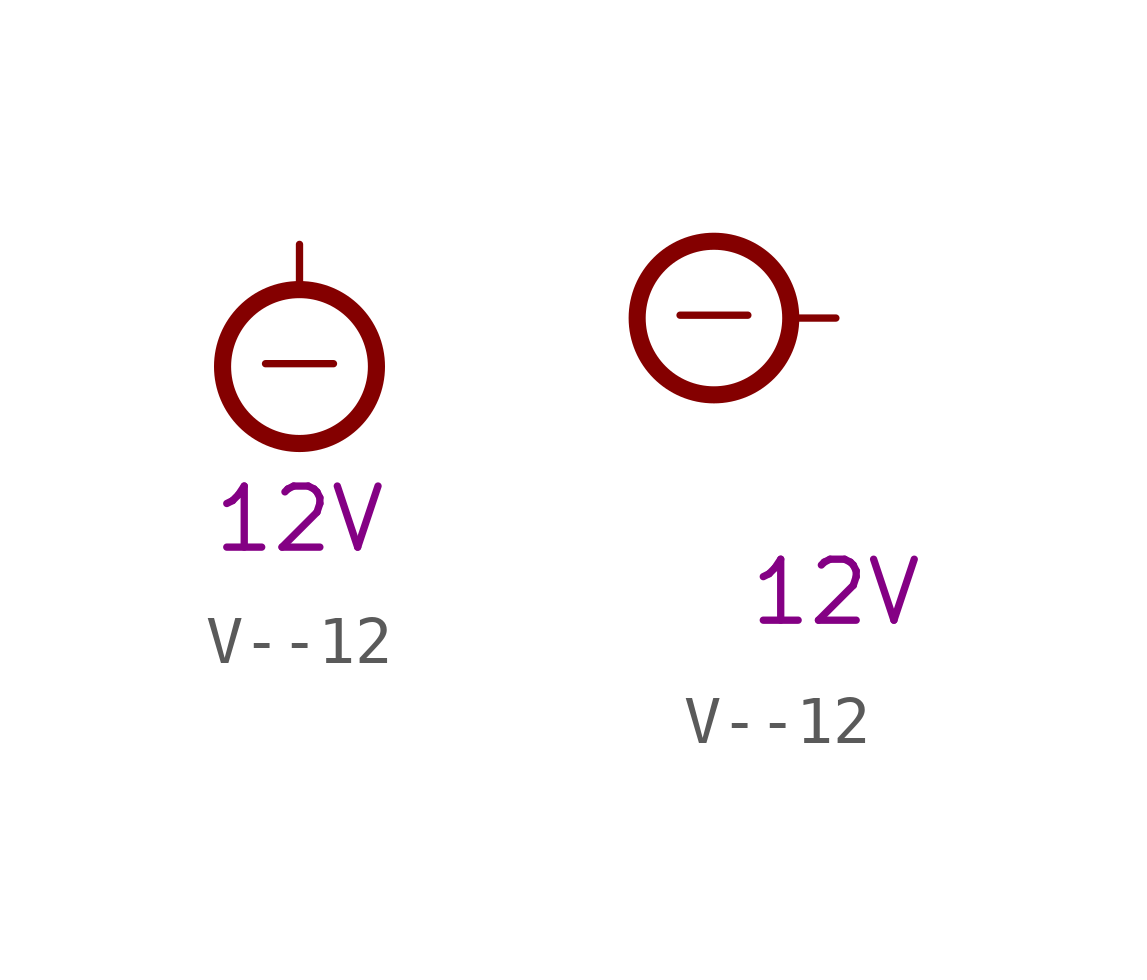
<source format=kicad_sym>
(kicad_symbol_lib
  (version 20211014)
  (generator kicad_symbol_editor)
  (symbol "V--12"
    (power)
    (pin_numbers hide)
    (pin_names
      (offset 1.27) hide)
    (property "Reference" "#PWR"
      (at 5.08 0 0)
      (effects (font (size 1.27 1.27)) (justify left) hide))
    (property "Voltage" "12V"
      (at 0 -5.715 0)
      (effects (font (size 1.27 1.27))))
    (symbol "V--12_1_0"
      (pin power_in line (at 0 0 0) (length 0) hide (name "-12" (effects (font (size 1.27 1.27)))) (number "0" (effects (font (size 0 0))))))
    (symbol "V--12_1_1"
      (circle (center 0 -2.54) (radius 1.6) (stroke (width 0.356) (type default) (color 0 0 0 0)) (fill (type none)))
      (polyline (pts (xy 0 -0.889) (xy 0 0)) (stroke (width 0) (type default) (color 0 0 0 0)) (fill (type none)))
      (text "-" (at 0 -2.337 0) (effects (font (size 1.854 1.854)))))
    (symbol "V--12_1_2"
      (circle (center -2.54 0) (radius 1.6) (stroke (width 0.356) (type default) (color 0 0 0 0)) (fill (type none)))
      (polyline (pts (xy -0.889 0) (xy 0 0)) (stroke (width 0) (type default) (color 0 0 0 0)) (fill (type none)))
      (text "-" (at -2.54 0.203 0) (effects (font (size 1.854 1.854)))))))
</source>
